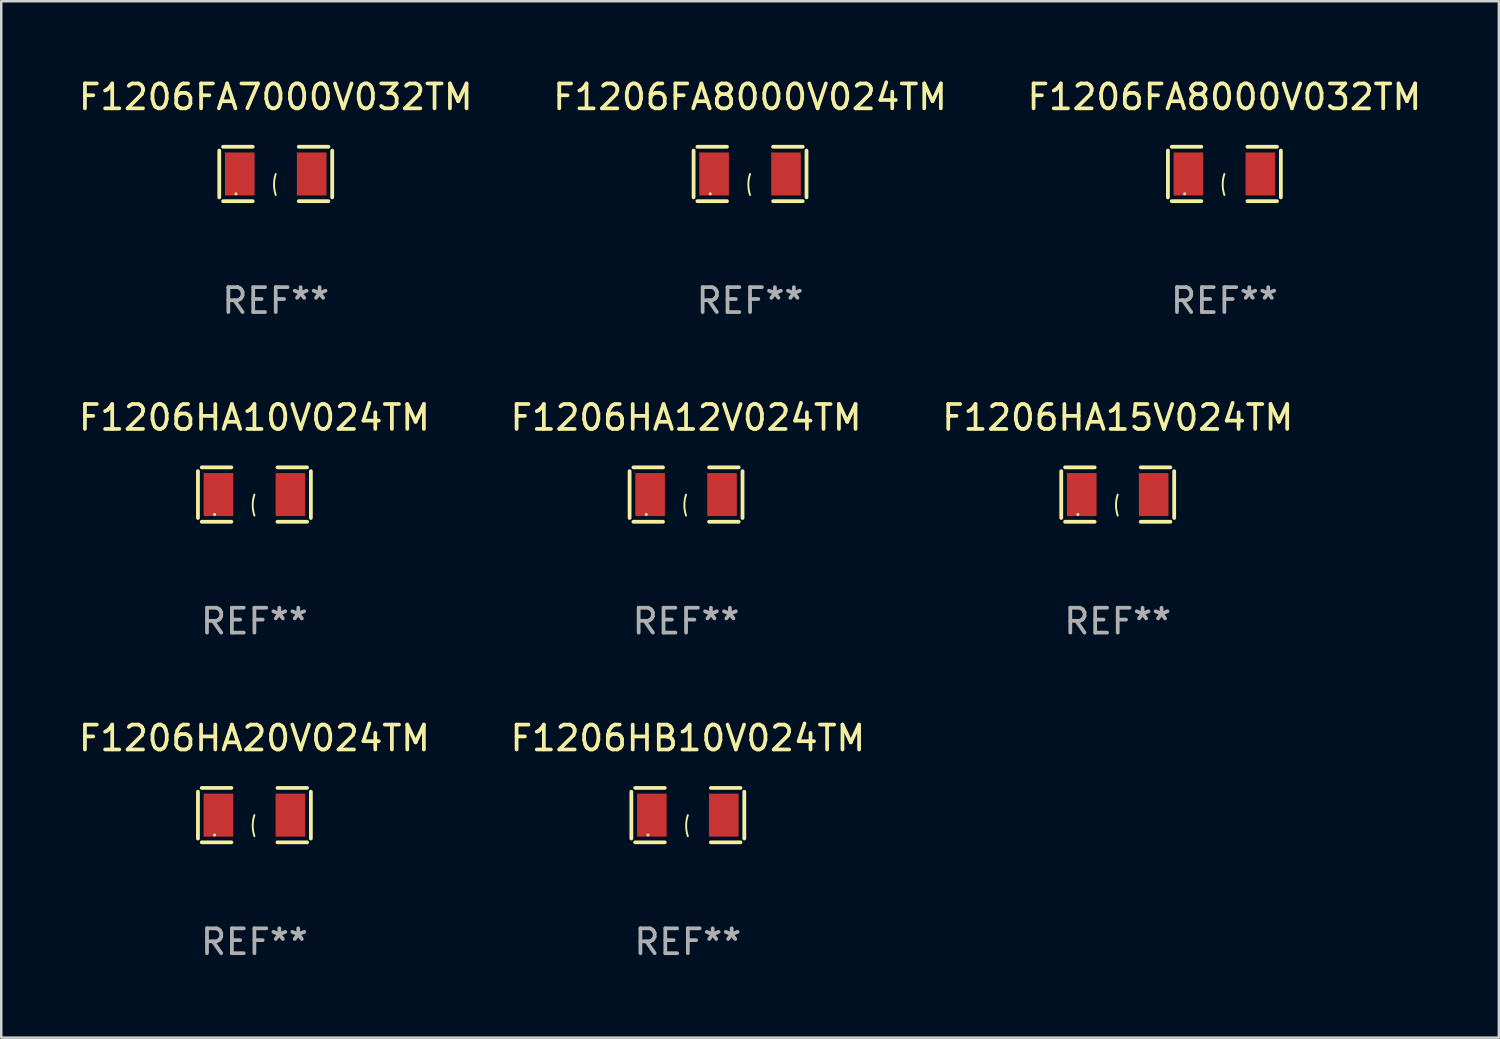
<source format=kicad_pcb>
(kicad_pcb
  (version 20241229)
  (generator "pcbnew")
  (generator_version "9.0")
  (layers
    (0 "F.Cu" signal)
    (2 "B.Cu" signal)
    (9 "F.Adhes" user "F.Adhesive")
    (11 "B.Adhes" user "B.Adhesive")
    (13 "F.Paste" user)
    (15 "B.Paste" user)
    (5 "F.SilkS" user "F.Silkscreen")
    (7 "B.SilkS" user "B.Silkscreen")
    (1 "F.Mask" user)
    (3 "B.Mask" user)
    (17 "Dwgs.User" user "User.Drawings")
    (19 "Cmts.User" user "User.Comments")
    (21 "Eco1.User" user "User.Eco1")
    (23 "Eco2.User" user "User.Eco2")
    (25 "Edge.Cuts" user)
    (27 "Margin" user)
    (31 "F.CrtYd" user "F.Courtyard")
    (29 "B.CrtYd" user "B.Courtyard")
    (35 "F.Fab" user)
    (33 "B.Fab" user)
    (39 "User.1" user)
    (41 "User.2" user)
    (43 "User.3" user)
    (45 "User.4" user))
  (footprint "F1206FA8000V032TM"
    (layer "F.Cu")
    (at 46.149 3.941)
    (property "Reference" "F1206FA8000V032TM" (at 0 -3.093 0) (layer "F.SilkS") (effects (font (size 1 1) (thickness 0.15))))
    (attr through_hole)
    (fp_line (start -2.269 -0.94) (end -2.269 0.94) (stroke (width 0.152) (type solid)) (layer "F.SilkS"))
    (fp_line (start -2.116 1.093) (end -0.926 1.093) (stroke (width 0.152) (type solid)) (layer "F.SilkS"))
    (fp_line (start -0.926 -1.093) (end -2.116 -1.093) (stroke (width 0.152) (type solid)) (layer "F.SilkS"))
    (fp_line (start 0.926 -1.093) (end 2.116 -1.093) (stroke (width 0.152) (type solid)) (layer "F.SilkS"))
    (fp_line (start 2.116 1.093) (end 0.926 1.093) (stroke (width 0.152) (type solid)) (layer "F.SilkS"))
    (fp_line (start 2.269 -0.94) (end 2.269 0.94) (stroke (width 0.152) (type solid)) (layer "F.SilkS"))
    (fp_arc (start 0 0.844951) (mid -0.068559 0.422475) (end 0 0) (stroke (width 0.0762) (type solid)) (layer "F.SilkS"))
    (fp_circle (center -1.6 0.8) (end -1.57 0.8) (stroke (width 0.06) (type solid)) (fill no) (layer "F.SilkS"))
    (fp_text user "REF**" (at 0 5.093 0) (layer "F.Fab") (effects (font (size 1 1) (thickness 0.15))))
    (pad "1" smd rect (at -1.445 0) (size 1.19 1.728) (layers "F.Cu" "F.Mask" "F.Paste"))
    (pad "2" smd rect (at 1.445 0) (size 1.19 1.728) (layers "F.Cu" "F.Mask" "F.Paste")))
  (footprint "F1206HA10V024TM"
    (layer "F.Cu")
    (at 7.173 16.823)
    (property "Reference" "F1206HA10V024TM" (at 0 -3.093 0) (layer "F.SilkS") (effects (font (size 1 1) (thickness 0.15))))
    (attr through_hole)
    (fp_line (start -2.269 -0.94) (end -2.269 0.94) (stroke (width 0.152) (type solid)) (layer "F.SilkS"))
    (fp_line (start -2.116 1.093) (end -0.926 1.093) (stroke (width 0.152) (type solid)) (layer "F.SilkS"))
    (fp_line (start -0.926 -1.093) (end -2.116 -1.093) (stroke (width 0.152) (type solid)) (layer "F.SilkS"))
    (fp_line (start 0.926 -1.093) (end 2.116 -1.093) (stroke (width 0.152) (type solid)) (layer "F.SilkS"))
    (fp_line (start 2.116 1.093) (end 0.926 1.093) (stroke (width 0.152) (type solid)) (layer "F.SilkS"))
    (fp_line (start 2.269 -0.94) (end 2.269 0.94) (stroke (width 0.152) (type solid)) (layer "F.SilkS"))
    (fp_arc (start 0 0.844951) (mid -0.068559 0.422475) (end 0 0) (stroke (width 0.0762) (type solid)) (layer "F.SilkS"))
    (fp_circle (center -1.6 0.8) (end -1.57 0.8) (stroke (width 0.06) (type solid)) (fill no) (layer "F.SilkS"))
    (fp_text user "REF**" (at 0 5.093 0) (layer "F.Fab") (effects (font (size 1 1) (thickness 0.15))))
    (pad "1" smd rect (at -1.445 0) (size 1.19 1.728) (layers "F.Cu" "F.Mask" "F.Paste"))
    (pad "2" smd rect (at 1.445 0) (size 1.19 1.728) (layers "F.Cu" "F.Mask" "F.Paste")))
  (footprint "F1206HA20V024TM"
    (layer "F.Cu")
    (at 7.173 29.704)
    (property "Reference" "F1206HA20V024TM" (at 0 -3.093 0) (layer "F.SilkS") (effects (font (size 1 1) (thickness 0.15))))
    (attr through_hole)
    (fp_line (start -2.269 -0.94) (end -2.269 0.94) (stroke (width 0.152) (type solid)) (layer "F.SilkS"))
    (fp_line (start -2.116 1.093) (end -0.926 1.093) (stroke (width 0.152) (type solid)) (layer "F.SilkS"))
    (fp_line (start -0.926 -1.093) (end -2.116 -1.093) (stroke (width 0.152) (type solid)) (layer "F.SilkS"))
    (fp_line (start 0.926 -1.093) (end 2.116 -1.093) (stroke (width 0.152) (type solid)) (layer "F.SilkS"))
    (fp_line (start 2.116 1.093) (end 0.926 1.093) (stroke (width 0.152) (type solid)) (layer "F.SilkS"))
    (fp_line (start 2.269 -0.94) (end 2.269 0.94) (stroke (width 0.152) (type solid)) (layer "F.SilkS"))
    (fp_arc (start 0 0.844951) (mid -0.068559 0.422475) (end 0 0) (stroke (width 0.0762) (type solid)) (layer "F.SilkS"))
    (fp_circle (center -1.6 0.8) (end -1.57 0.8) (stroke (width 0.06) (type solid)) (fill no) (layer "F.SilkS"))
    (fp_text user "REF**" (at 0 5.093 0) (layer "F.Fab") (effects (font (size 1 1) (thickness 0.15))))
    (pad "1" smd rect (at -1.445 0) (size 1.19 1.728) (layers "F.Cu" "F.Mask" "F.Paste"))
    (pad "2" smd rect (at 1.445 0) (size 1.19 1.728) (layers "F.Cu" "F.Mask" "F.Paste")))
  (footprint "F1206FA7000V032TM"
    (layer "F.Cu")
    (at 8.03 3.941)
    (property "Reference" "F1206FA7000V032TM" (at 0 -3.093 0) (layer "F.SilkS") (effects (font (size 1 1) (thickness 0.15))))
    (attr through_hole)
    (fp_line (start -2.269 -0.94) (end -2.269 0.94) (stroke (width 0.152) (type solid)) (layer "F.SilkS"))
    (fp_line (start -2.116 1.093) (end -0.926 1.093) (stroke (width 0.152) (type solid)) (layer "F.SilkS"))
    (fp_line (start -0.926 -1.093) (end -2.116 -1.093) (stroke (width 0.152) (type solid)) (layer "F.SilkS"))
    (fp_line (start 0.926 -1.093) (end 2.116 -1.093) (stroke (width 0.152) (type solid)) (layer "F.SilkS"))
    (fp_line (start 2.116 1.093) (end 0.926 1.093) (stroke (width 0.152) (type solid)) (layer "F.SilkS"))
    (fp_line (start 2.269 -0.94) (end 2.269 0.94) (stroke (width 0.152) (type solid)) (layer "F.SilkS"))
    (fp_arc (start 0 0.844951) (mid -0.068559 0.422475) (end 0 0) (stroke (width 0.0762) (type solid)) (layer "F.SilkS"))
    (fp_circle (center -1.6 0.8) (end -1.57 0.8) (stroke (width 0.06) (type solid)) (fill no) (layer "F.SilkS"))
    (fp_text user "REF**" (at 0 5.093 0) (layer "F.Fab") (effects (font (size 1 1) (thickness 0.15))))
    (pad "1" smd rect (at -1.445 0) (size 1.19 1.728) (layers "F.Cu" "F.Mask" "F.Paste"))
    (pad "2" smd rect (at 1.445 0) (size 1.19 1.728) (layers "F.Cu" "F.Mask" "F.Paste")))
  (footprint "F1206HA15V024TM"
    (layer "F.Cu")
    (at 41.863 16.823)
    (property "Reference" "F1206HA15V024TM" (at 0 -3.093 0) (layer "F.SilkS") (effects (font (size 1 1) (thickness 0.15))))
    (attr through_hole)
    (fp_line (start -2.269 -0.94) (end -2.269 0.94) (stroke (width 0.152) (type solid)) (layer "F.SilkS"))
    (fp_line (start -2.116 1.093) (end -0.926 1.093) (stroke (width 0.152) (type solid)) (layer "F.SilkS"))
    (fp_line (start -0.926 -1.093) (end -2.116 -1.093) (stroke (width 0.152) (type solid)) (layer "F.SilkS"))
    (fp_line (start 0.926 -1.093) (end 2.116 -1.093) (stroke (width 0.152) (type solid)) (layer "F.SilkS"))
    (fp_line (start 2.116 1.093) (end 0.926 1.093) (stroke (width 0.152) (type solid)) (layer "F.SilkS"))
    (fp_line (start 2.269 -0.94) (end 2.269 0.94) (stroke (width 0.152) (type solid)) (layer "F.SilkS"))
    (fp_arc (start 0 0.844951) (mid -0.068559 0.422475) (end 0 0) (stroke (width 0.0762) (type solid)) (layer "F.SilkS"))
    (fp_circle (center -1.6 0.8) (end -1.57 0.8) (stroke (width 0.06) (type solid)) (fill no) (layer "F.SilkS"))
    (fp_text user "REF**" (at 0 5.093 0) (layer "F.Fab") (effects (font (size 1 1) (thickness 0.15))))
    (pad "1" smd rect (at -1.445 0) (size 1.19 1.728) (layers "F.Cu" "F.Mask" "F.Paste"))
    (pad "2" smd rect (at 1.445 0) (size 1.19 1.728) (layers "F.Cu" "F.Mask" "F.Paste")))
  (footprint "F1206HB10V024TM"
    (layer "F.Cu")
    (at 24.589 29.704)
    (property "Reference" "F1206HB10V024TM" (at 0 -3.093 0) (layer "F.SilkS") (effects (font (size 1 1) (thickness 0.15))))
    (attr through_hole)
    (fp_line (start -2.269 -0.94) (end -2.269 0.94) (stroke (width 0.152) (type solid)) (layer "F.SilkS"))
    (fp_line (start -2.116 1.093) (end -0.926 1.093) (stroke (width 0.152) (type solid)) (layer "F.SilkS"))
    (fp_line (start -0.926 -1.093) (end -2.116 -1.093) (stroke (width 0.152) (type solid)) (layer "F.SilkS"))
    (fp_line (start 0.926 -1.093) (end 2.116 -1.093) (stroke (width 0.152) (type solid)) (layer "F.SilkS"))
    (fp_line (start 2.116 1.093) (end 0.926 1.093) (stroke (width 0.152) (type solid)) (layer "F.SilkS"))
    (fp_line (start 2.269 -0.94) (end 2.269 0.94) (stroke (width 0.152) (type solid)) (layer "F.SilkS"))
    (fp_arc (start 0 0.844951) (mid -0.068559 0.422475) (end 0 0) (stroke (width 0.0762) (type solid)) (layer "F.SilkS"))
    (fp_circle (center -1.6 0.8) (end -1.57 0.8) (stroke (width 0.06) (type solid)) (fill no) (layer "F.SilkS"))
    (fp_text user "REF**" (at 0 5.093 0) (layer "F.Fab") (effects (font (size 1 1) (thickness 0.15))))
    (pad "1" smd rect (at -1.445 0) (size 1.19 1.728) (layers "F.Cu" "F.Mask" "F.Paste"))
    (pad "2" smd rect (at 1.445 0) (size 1.19 1.728) (layers "F.Cu" "F.Mask" "F.Paste")))
  (footprint "F1206HA12V024TM"
    (layer "F.Cu")
    (at 24.518 16.823)
    (property "Reference" "F1206HA12V024TM" (at 0 -3.093 0) (layer "F.SilkS") (effects (font (size 1 1) (thickness 0.15))))
    (attr through_hole)
    (fp_line (start -2.269 -0.94) (end -2.269 0.94) (stroke (width 0.152) (type solid)) (layer "F.SilkS"))
    (fp_line (start -2.116 1.093) (end -0.926 1.093) (stroke (width 0.152) (type solid)) (layer "F.SilkS"))
    (fp_line (start -0.926 -1.093) (end -2.116 -1.093) (stroke (width 0.152) (type solid)) (layer "F.SilkS"))
    (fp_line (start 0.926 -1.093) (end 2.116 -1.093) (stroke (width 0.152) (type solid)) (layer "F.SilkS"))
    (fp_line (start 2.116 1.093) (end 0.926 1.093) (stroke (width 0.152) (type solid)) (layer "F.SilkS"))
    (fp_line (start 2.269 -0.94) (end 2.269 0.94) (stroke (width 0.152) (type solid)) (layer "F.SilkS"))
    (fp_arc (start 0 0.844951) (mid -0.068559 0.422475) (end 0 0) (stroke (width 0.0762) (type solid)) (layer "F.SilkS"))
    (fp_circle (center -1.6 0.8) (end -1.57 0.8) (stroke (width 0.06) (type solid)) (fill no) (layer "F.SilkS"))
    (fp_text user "REF**" (at 0 5.093 0) (layer "F.Fab") (effects (font (size 1 1) (thickness 0.15))))
    (pad "1" smd rect (at -1.445 0) (size 1.19 1.728) (layers "F.Cu" "F.Mask" "F.Paste"))
    (pad "2" smd rect (at 1.445 0) (size 1.19 1.728) (layers "F.Cu" "F.Mask" "F.Paste")))
  (footprint "F1206FA8000V024TM"
    (layer "F.Cu")
    (at 27.089 3.941)
    (property "Reference" "F1206FA8000V024TM" (at 0 -3.093 0) (layer "F.SilkS") (effects (font (size 1 1) (thickness 0.15))))
    (attr through_hole)
    (fp_line (start -2.269 -0.94) (end -2.269 0.94) (stroke (width 0.152) (type solid)) (layer "F.SilkS"))
    (fp_line (start -2.116 1.093) (end -0.926 1.093) (stroke (width 0.152) (type solid)) (layer "F.SilkS"))
    (fp_line (start -0.926 -1.093) (end -2.116 -1.093) (stroke (width 0.152) (type solid)) (layer "F.SilkS"))
    (fp_line (start 0.926 -1.093) (end 2.116 -1.093) (stroke (width 0.152) (type solid)) (layer "F.SilkS"))
    (fp_line (start 2.116 1.093) (end 0.926 1.093) (stroke (width 0.152) (type solid)) (layer "F.SilkS"))
    (fp_line (start 2.269 -0.94) (end 2.269 0.94) (stroke (width 0.152) (type solid)) (layer "F.SilkS"))
    (fp_arc (start 0 0.844951) (mid -0.068559 0.422475) (end 0 0) (stroke (width 0.0762) (type solid)) (layer "F.SilkS"))
    (fp_circle (center -1.6 0.8) (end -1.57 0.8) (stroke (width 0.06) (type solid)) (fill no) (layer "F.SilkS"))
    (fp_text user "REF**" (at 0 5.093 0) (layer "F.Fab") (effects (font (size 1 1) (thickness 0.15))))
    (pad "1" smd rect (at -1.445 0) (size 1.19 1.728) (layers "F.Cu" "F.Mask" "F.Paste"))
    (pad "2" smd rect (at 1.445 0) (size 1.19 1.728) (layers "F.Cu" "F.Mask" "F.Paste")))
  (gr_rect
    (start -3 -3)
    (end 57.179 38.645)
    (stroke (width 0.1) (type default))
    (fill no)
    (layer "Edge.Cuts")))
</source>
